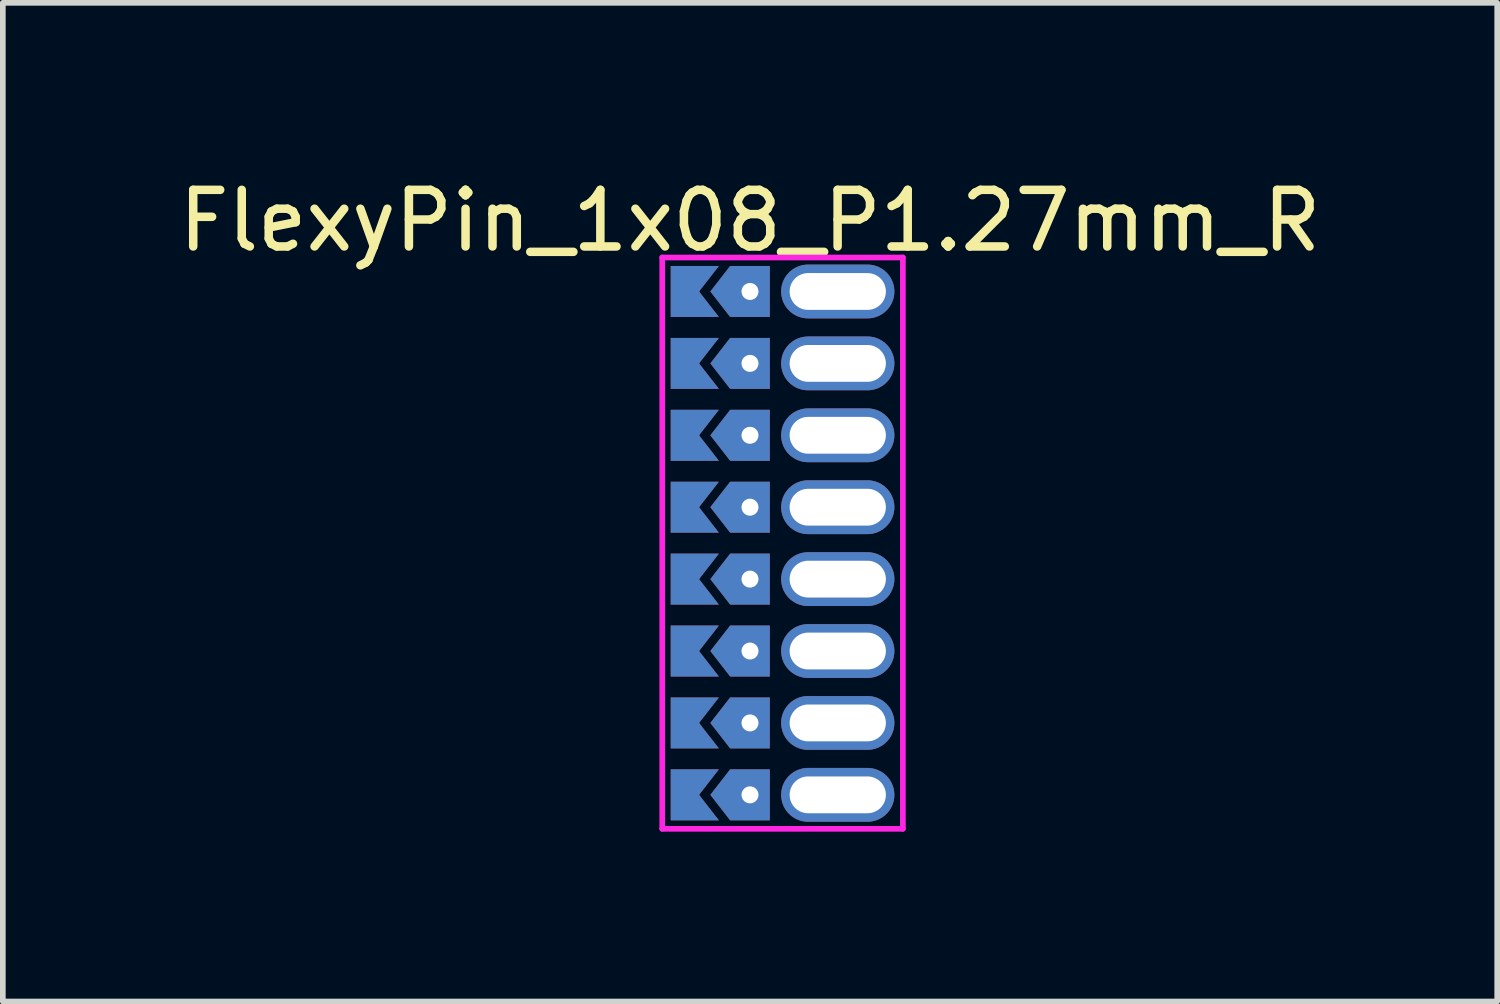
<source format=kicad_pcb>
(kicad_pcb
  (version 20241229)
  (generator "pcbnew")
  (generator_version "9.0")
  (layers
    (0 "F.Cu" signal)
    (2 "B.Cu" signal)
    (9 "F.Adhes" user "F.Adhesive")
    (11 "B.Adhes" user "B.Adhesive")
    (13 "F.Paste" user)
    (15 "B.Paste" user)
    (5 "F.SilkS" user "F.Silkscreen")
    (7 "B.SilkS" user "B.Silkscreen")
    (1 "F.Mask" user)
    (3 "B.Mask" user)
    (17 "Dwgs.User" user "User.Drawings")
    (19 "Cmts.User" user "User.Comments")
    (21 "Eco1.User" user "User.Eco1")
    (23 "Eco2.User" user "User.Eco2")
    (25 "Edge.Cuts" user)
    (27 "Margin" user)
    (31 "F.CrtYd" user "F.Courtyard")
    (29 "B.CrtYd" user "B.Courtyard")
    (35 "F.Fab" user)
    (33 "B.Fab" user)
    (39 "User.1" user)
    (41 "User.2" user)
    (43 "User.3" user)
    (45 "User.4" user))
  (footprint "FlexyPin_1x08_P1.27mm_R"
    (layer "F.Cu")
    (at 10.196 2.098)
    (property "Reference" "FlexyPin_1x08_P1.27mm_R" (at 0 -1.25 0) (layer "F.SilkS") (effects (font (size 1 1) (thickness 0.15))))
    (attr through_hole)
    (fp_line (start -1.55 -0.6) (end 2.7 -0.6) (stroke (width 0.1) (type solid)) (layer "F.CrtYd"))
    (fp_line (start -1.55 9.49) (end -1.55 -0.6) (stroke (width 0.1) (type solid)) (layer "F.CrtYd"))
    (fp_line (start 2.7 -0.6) (end 2.7 9.49) (stroke (width 0.1) (type solid)) (layer "F.CrtYd"))
    (fp_line (start 2.7 9.49) (end -1.55 9.49) (stroke (width 0.1) (type solid)) (layer "F.CrtYd"))
    (pad "" thru_hole custom (at 0 0) (size 0.3 0.3) (drill 0.6) (layers "*.Cu" "*.Mask") (options (anchor rect)) (primitives (gr_poly (pts (xy 0.35 0.45) (xy 0.35 -0.45) (xy -0.35 -0.45) (xy -0.7 0) (xy -0.35 0.45)) (width 0) (fill yes))))
    (pad "" thru_hole custom (at 0 1.27) (size 0.3 0.3) (drill 0.6) (layers "*.Cu" "*.Mask") (options (anchor rect)) (primitives (gr_poly (pts (xy 0.35 0.45) (xy 0.35 -0.45) (xy -0.35 -0.45) (xy -0.7 0) (xy -0.35 0.45)) (width 0) (fill yes))))
    (pad "" thru_hole custom (at 0 2.54) (size 0.3 0.3) (drill 0.6) (layers "*.Cu" "*.Mask") (options (anchor rect)) (primitives (gr_poly (pts (xy 0.35 0.45) (xy 0.35 -0.45) (xy -0.35 -0.45) (xy -0.7 0) (xy -0.35 0.45)) (width 0) (fill yes))))
    (pad "" thru_hole custom (at 0 3.81) (size 0.3 0.3) (drill 0.6) (layers "*.Cu" "*.Mask") (options (anchor rect)) (primitives (gr_poly (pts (xy 0.35 0.45) (xy 0.35 -0.45) (xy -0.35 -0.45) (xy -0.7 0) (xy -0.35 0.45)) (width 0) (fill yes))))
    (pad "" thru_hole custom (at 0 5.08) (size 0.3 0.3) (drill 0.6) (layers "*.Cu" "*.Mask") (options (anchor rect)) (primitives (gr_poly (pts (xy 0.35 0.45) (xy 0.35 -0.45) (xy -0.35 -0.45) (xy -0.7 0) (xy -0.35 0.45)) (width 0) (fill yes))))
    (pad "" thru_hole custom (at 0 6.35) (size 0.3 0.3) (drill 0.6) (layers "*.Cu" "*.Mask") (options (anchor rect)) (primitives (gr_poly (pts (xy 0.35 0.45) (xy 0.35 -0.45) (xy -0.35 -0.45) (xy -0.7 0) (xy -0.35 0.45)) (width 0) (fill yes))))
    (pad "" thru_hole custom (at 0 7.62) (size 0.3 0.3) (drill 0.6) (layers "*.Cu" "*.Mask") (options (anchor rect)) (primitives (gr_poly (pts (xy 0.35 0.45) (xy 0.35 -0.45) (xy -0.35 -0.45) (xy -0.7 0) (xy -0.35 0.45)) (width 0) (fill yes))))
    (pad "" thru_hole custom (at 0 8.89) (size 0.3 0.3) (drill 0.6) (layers "*.Cu" "*.Mask") (options (anchor rect)) (primitives (gr_poly (pts (xy 0.35 0.45) (xy 0.35 -0.45) (xy -0.35 -0.45) (xy -0.7 0) (xy -0.35 0.45)) (width 0) (fill yes))))
    (pad "" thru_hole oval (at 1.55 0) (size 2 0.95) (drill oval 1.7 0.65) (layers "*.Cu" "*.Mask"))
    (pad "" thru_hole oval (at 1.55 1.27) (size 2 0.95) (drill oval 1.7 0.65) (layers "*.Cu" "*.Mask"))
    (pad "" thru_hole oval (at 1.55 2.54) (size 2 0.95) (drill oval 1.7 0.65) (layers "*.Cu" "*.Mask"))
    (pad "" thru_hole oval (at 1.55 3.81) (size 2 0.95) (drill oval 1.7 0.65) (layers "*.Cu" "*.Mask"))
    (pad "" thru_hole oval (at 1.55 5.08) (size 2 0.95) (drill oval 1.7 0.65) (layers "*.Cu" "*.Mask"))
    (pad "" thru_hole oval (at 1.55 6.35) (size 2 0.95) (drill oval 1.7 0.65) (layers "*.Cu" "*.Mask"))
    (pad "" thru_hole oval (at 1.55 7.62) (size 2 0.95) (drill oval 1.7 0.65) (layers "*.Cu" "*.Mask"))
    (pad "" thru_hole oval (at 1.55 8.89) (size 2 0.95) (drill oval 1.7 0.65) (layers "*.Cu" "*.Mask"))
    (pad "1" smd custom (at -0.9 0) (size 0.01 0.01) (layers "F.Cu" "F.Mask") (options (anchor rect)) (primitives (gr_poly (pts (xy 0 0) (xy 0.35 0.45) (xy -0.5 0.45) (xy -0.5 -0.45) (xy 0.35 -0.45)) (width 0) (fill yes))))
    (pad "1" smd custom (at -0.9 1.27) (size 0.01 0.01) (layers "F.Cu" "F.Mask") (options (anchor rect)) (primitives (gr_poly (pts (xy 0 0) (xy 0.35 0.45) (xy -0.5 0.45) (xy -0.5 -0.45) (xy 0.35 -0.45)) (width 0) (fill yes))))
    (pad "1" smd custom (at -0.9 2.54) (size 0.01 0.01) (layers "F.Cu" "F.Mask") (options (anchor rect)) (primitives (gr_poly (pts (xy 0 0) (xy 0.35 0.45) (xy -0.5 0.45) (xy -0.5 -0.45) (xy 0.35 -0.45)) (width 0) (fill yes))))
    (pad "1" smd custom (at -0.9 3.81) (size 0.01 0.01) (layers "F.Cu" "F.Mask") (options (anchor rect)) (primitives (gr_poly (pts (xy 0 0) (xy 0.35 0.45) (xy -0.5 0.45) (xy -0.5 -0.45) (xy 0.35 -0.45)) (width 0) (fill yes))))
    (pad "1" smd custom (at -0.9 5.08) (size 0.01 0.01) (layers "F.Cu" "F.Mask") (options (anchor rect)) (primitives (gr_poly (pts (xy 0 0) (xy 0.35 0.45) (xy -0.5 0.45) (xy -0.5 -0.45) (xy 0.35 -0.45)) (width 0) (fill yes))))
    (pad "1" smd custom (at -0.9 6.35) (size 0.01 0.01) (layers "F.Cu" "F.Mask") (options (anchor rect)) (primitives (gr_poly (pts (xy 0 0) (xy 0.35 0.45) (xy -0.5 0.45) (xy -0.5 -0.45) (xy 0.35 -0.45)) (width 0) (fill yes))))
    (pad "1" smd custom (at -0.9 7.62) (size 0.01 0.01) (layers "F.Cu" "F.Mask") (options (anchor rect)) (primitives (gr_poly (pts (xy 0 0) (xy 0.35 0.45) (xy -0.5 0.45) (xy -0.5 -0.45) (xy 0.35 -0.45)) (width 0) (fill yes))))
    (pad "1" smd custom (at -0.9 8.89) (size 0.01 0.01) (layers "F.Cu" "F.Mask") (options (anchor rect)) (primitives (gr_poly (pts (xy 0 0) (xy 0.35 0.45) (xy -0.5 0.45) (xy -0.5 -0.45) (xy 0.35 -0.45)) (width 0) (fill yes))))
    (pad "2" smd custom (at -0.9 0) (size 0.01 0.01) (layers "B.Cu" "B.Mask") (options (anchor rect)) (primitives (gr_poly (pts (xy 0 0) (xy 0.35 0.45) (xy -0.5 0.45) (xy -0.5 -0.45) (xy 0.35 -0.45)) (width 0) (fill yes))))
    (pad "2" smd custom (at -0.9 1.27) (size 0.01 0.01) (layers "B.Cu" "B.Mask") (options (anchor rect)) (primitives (gr_poly (pts (xy 0 0) (xy 0.35 0.45) (xy -0.5 0.45) (xy -0.5 -0.45) (xy 0.35 -0.45)) (width 0) (fill yes))))
    (pad "2" smd custom (at -0.9 2.54) (size 0.01 0.01) (layers "B.Cu" "B.Mask") (options (anchor rect)) (primitives (gr_poly (pts (xy 0 0) (xy 0.35 0.45) (xy -0.5 0.45) (xy -0.5 -0.45) (xy 0.35 -0.45)) (width 0) (fill yes))))
    (pad "2" smd custom (at -0.9 3.81) (size 0.01 0.01) (layers "B.Cu" "B.Mask") (options (anchor rect)) (primitives (gr_poly (pts (xy 0 0) (xy 0.35 0.45) (xy -0.5 0.45) (xy -0.5 -0.45) (xy 0.35 -0.45)) (width 0) (fill yes))))
    (pad "2" smd custom (at -0.9 5.08) (size 0.01 0.01) (layers "B.Cu" "B.Mask") (options (anchor rect)) (primitives (gr_poly (pts (xy 0 0) (xy 0.35 0.45) (xy -0.5 0.45) (xy -0.5 -0.45) (xy 0.35 -0.45)) (width 0) (fill yes))))
    (pad "2" smd custom (at -0.9 6.35) (size 0.01 0.01) (layers "B.Cu" "B.Mask") (options (anchor rect)) (primitives (gr_poly (pts (xy 0 0) (xy 0.35 0.45) (xy -0.5 0.45) (xy -0.5 -0.45) (xy 0.35 -0.45)) (width 0) (fill yes))))
    (pad "2" smd custom (at -0.9 7.62) (size 0.01 0.01) (layers "B.Cu" "B.Mask") (options (anchor rect)) (primitives (gr_poly (pts (xy 0 0) (xy 0.35 0.45) (xy -0.5 0.45) (xy -0.5 -0.45) (xy 0.35 -0.45)) (width 0) (fill yes))))
    (pad "2" smd custom (at -0.9 8.89) (size 0.01 0.01) (layers "B.Cu" "B.Mask") (options (anchor rect)) (primitives (gr_poly (pts (xy 0 0) (xy 0.35 0.45) (xy -0.5 0.45) (xy -0.5 -0.45) (xy 0.35 -0.45)) (width 0) (fill yes)))))
  (gr_rect
    (start -3 -3)
    (end 23.393 14.638)
    (stroke (width 0.1) (type default))
    (fill no)
    (layer "Edge.Cuts")))
</source>
